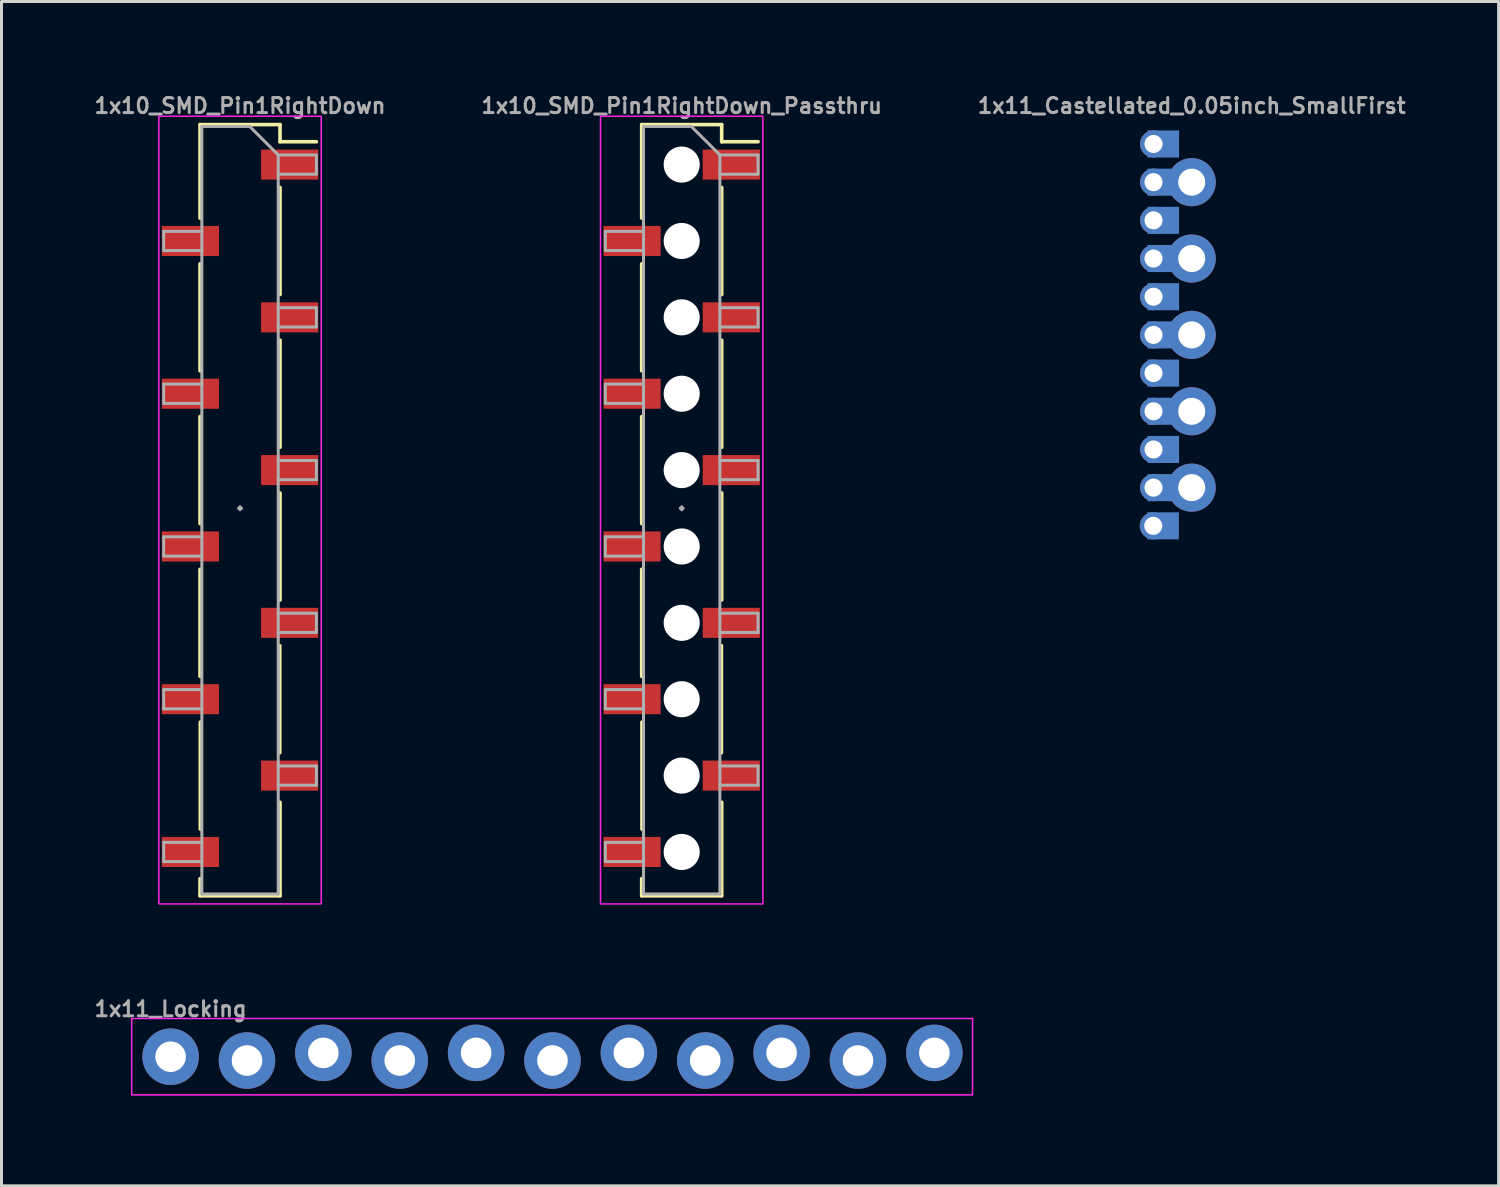
<source format=kicad_pcb>
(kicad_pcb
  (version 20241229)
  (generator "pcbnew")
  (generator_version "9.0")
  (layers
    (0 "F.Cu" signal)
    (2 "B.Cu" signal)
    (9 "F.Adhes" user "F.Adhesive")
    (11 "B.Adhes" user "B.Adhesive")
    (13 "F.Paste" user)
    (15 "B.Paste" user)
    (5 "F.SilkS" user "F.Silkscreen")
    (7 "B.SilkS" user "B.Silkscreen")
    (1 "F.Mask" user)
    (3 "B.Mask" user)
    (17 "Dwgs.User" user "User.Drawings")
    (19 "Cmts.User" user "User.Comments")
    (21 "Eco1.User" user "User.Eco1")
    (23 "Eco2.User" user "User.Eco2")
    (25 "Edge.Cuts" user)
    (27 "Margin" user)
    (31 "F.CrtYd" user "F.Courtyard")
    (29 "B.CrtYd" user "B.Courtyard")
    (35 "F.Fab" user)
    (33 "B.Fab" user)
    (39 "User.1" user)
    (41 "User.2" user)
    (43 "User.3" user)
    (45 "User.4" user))
  (footprint "1x10_SMD_Pin1RightDown_Passthru"
    (layer "F.Cu")
    (at 19.621 13.854)
    (property "Reference" "1x10_SMD_Pin1RightDown_Passthru" (at 0 -13.386 0) (layer "F.Fab") (effects (font (size 0.5 0.5) (thickness 0.1))))
    (attr smd)
    (fp_line (start -1.33 -12.76) (end -1.33 -9.65) (stroke (width 0.12) (type solid)) (layer "F.SilkS"))
    (fp_line (start -1.33 -12.76) (end 1.33 -12.76) (stroke (width 0.12) (type solid)) (layer "F.SilkS"))
    (fp_line (start -1.33 -8.13) (end -1.33 -4.57) (stroke (width 0.12) (type solid)) (layer "F.SilkS"))
    (fp_line (start -1.33 -3.05) (end -1.33 0.51) (stroke (width 0.12) (type solid)) (layer "F.SilkS"))
    (fp_line (start -1.33 2.03) (end -1.33 5.59) (stroke (width 0.12) (type solid)) (layer "F.SilkS"))
    (fp_line (start -1.33 12.317) (end -1.33 12.887) (stroke (width 0.12) (type solid)) (layer "F.SilkS"))
    (fp_line (start -1.33 12.887) (end 1.33 12.887) (stroke (width 0.12) (type solid)) (layer "F.SilkS"))
    (fp_line (start -1.321 7.11) (end -1.321 10.67) (stroke (width 0.12) (type solid)) (layer "F.SilkS"))
    (fp_line (start 1.321 4.57) (end 1.321 8.13) (stroke (width 0.12) (type solid)) (layer "F.SilkS"))
    (fp_line (start 1.33 -12.76) (end 1.33 -12.19) (stroke (width 0.12) (type solid)) (layer "F.SilkS"))
    (fp_line (start 1.33 -12.19) (end 2.54 -12.19) (stroke (width 0.12) (type solid)) (layer "F.SilkS"))
    (fp_line (start 1.33 -10.67) (end 1.33 -7.11) (stroke (width 0.12) (type solid)) (layer "F.SilkS"))
    (fp_line (start 1.33 -5.59) (end 1.33 -2.03) (stroke (width 0.12) (type solid)) (layer "F.SilkS"))
    (fp_line (start 1.33 -0.51) (end 1.33 3.05) (stroke (width 0.12) (type solid)) (layer "F.SilkS"))
    (fp_line (start 1.33 9.777) (end 1.33 12.887) (stroke (width 0.12) (type solid)) (layer "F.SilkS"))
    (fp_rect (start -2.7 -13.04) (end 2.7 13.158) (stroke (width 0.05) (type default)) (fill no) (layer "F.CrtYd"))
    (fp_line (start -2.54 -9.21) (end -2.54 -8.57) (stroke (width 0.1) (type solid)) (layer "F.Fab"))
    (fp_line (start -2.54 -8.57) (end -1.27 -8.57) (stroke (width 0.1) (type solid)) (layer "F.Fab"))
    (fp_line (start -2.54 -4.13) (end -2.54 -3.49) (stroke (width 0.1) (type solid)) (layer "F.Fab"))
    (fp_line (start -2.54 -3.49) (end -1.27 -3.49) (stroke (width 0.1) (type solid)) (layer "F.Fab"))
    (fp_line (start -2.54 0.95) (end -2.54 1.59) (stroke (width 0.1) (type solid)) (layer "F.Fab"))
    (fp_line (start -2.54 1.59) (end -1.27 1.59) (stroke (width 0.1) (type solid)) (layer "F.Fab"))
    (fp_line (start -2.54 6.03) (end -2.54 6.67) (stroke (width 0.1) (type solid)) (layer "F.Fab"))
    (fp_line (start -2.54 6.67) (end -1.27 6.67) (stroke (width 0.1) (type solid)) (layer "F.Fab"))
    (fp_line (start -2.54 11.11) (end -2.54 11.75) (stroke (width 0.1) (type solid)) (layer "F.Fab"))
    (fp_line (start -2.54 11.75) (end -1.27 11.75) (stroke (width 0.1) (type solid)) (layer "F.Fab"))
    (fp_line (start -1.27 -12.7) (end -1.27 12.827) (stroke (width 0.1) (type solid)) (layer "F.Fab"))
    (fp_line (start -1.27 -12.7) (end 0.32 -12.7) (stroke (width 0.1) (type solid)) (layer "F.Fab"))
    (fp_line (start -1.27 -9.21) (end -2.54 -9.21) (stroke (width 0.1) (type solid)) (layer "F.Fab"))
    (fp_line (start -1.27 -4.13) (end -2.54 -4.13) (stroke (width 0.1) (type solid)) (layer "F.Fab"))
    (fp_line (start -1.27 0.95) (end -2.54 0.95) (stroke (width 0.1) (type solid)) (layer "F.Fab"))
    (fp_line (start -1.27 6.03) (end -2.54 6.03) (stroke (width 0.1) (type solid)) (layer "F.Fab"))
    (fp_line (start -1.27 11.11) (end -2.54 11.11) (stroke (width 0.1) (type solid)) (layer "F.Fab"))
    (fp_line (start 0 -0.051) (end 0 0.051) (stroke (width 0.1) (type default)) (layer "F.Fab"))
    (fp_line (start 0.051 0) (end -0.051 0) (stroke (width 0.1) (type default)) (layer "F.Fab"))
    (fp_line (start 1.27 -11.75) (end 0.32 -12.7) (stroke (width 0.1) (type solid)) (layer "F.Fab"))
    (fp_line (start 1.27 -11.75) (end 2.54 -11.75) (stroke (width 0.1) (type solid)) (layer "F.Fab"))
    (fp_line (start 1.27 -6.67) (end 2.54 -6.67) (stroke (width 0.1) (type solid)) (layer "F.Fab"))
    (fp_line (start 1.27 -1.59) (end 2.54 -1.59) (stroke (width 0.1) (type solid)) (layer "F.Fab"))
    (fp_line (start 1.27 3.49) (end 2.54 3.49) (stroke (width 0.1) (type solid)) (layer "F.Fab"))
    (fp_line (start 1.27 8.57) (end 2.54 8.57) (stroke (width 0.1) (type solid)) (layer "F.Fab"))
    (fp_line (start 1.27 12.827) (end -1.27 12.827) (stroke (width 0.1) (type solid)) (layer "F.Fab"))
    (fp_line (start 1.27 12.827) (end 1.27 -11.75) (stroke (width 0.1) (type solid)) (layer "F.Fab"))
    (fp_line (start 2.54 -11.75) (end 2.54 -11.11) (stroke (width 0.1) (type solid)) (layer "F.Fab"))
    (fp_line (start 2.54 -11.11) (end 1.27 -11.11) (stroke (width 0.1) (type solid)) (layer "F.Fab"))
    (fp_line (start 2.54 -6.67) (end 2.54 -6.03) (stroke (width 0.1) (type solid)) (layer "F.Fab"))
    (fp_line (start 2.54 -6.03) (end 1.27 -6.03) (stroke (width 0.1) (type solid)) (layer "F.Fab"))
    (fp_line (start 2.54 -1.59) (end 2.54 -0.95) (stroke (width 0.1) (type solid)) (layer "F.Fab"))
    (fp_line (start 2.54 -0.95) (end 1.27 -0.95) (stroke (width 0.1) (type solid)) (layer "F.Fab"))
    (fp_line (start 2.54 3.49) (end 2.54 4.13) (stroke (width 0.1) (type solid)) (layer "F.Fab"))
    (fp_line (start 2.54 4.13) (end 1.27 4.13) (stroke (width 0.1) (type solid)) (layer "F.Fab"))
    (fp_line (start 2.54 8.57) (end 2.54 9.21) (stroke (width 0.1) (type solid)) (layer "F.Fab"))
    (fp_line (start 2.54 9.21) (end 1.27 9.21) (stroke (width 0.1) (type solid)) (layer "F.Fab"))
    (pad "" np_thru_hole circle (at 0 -11.43) (size 1.2 1.2) (drill 1.2) (layers "*.Cu" "*.Mask"))
    (pad "" np_thru_hole circle (at 0 -8.89) (size 1.2 1.2) (drill 1.2) (layers "*.Cu" "*.Mask"))
    (pad "" np_thru_hole circle (at 0 -6.35) (size 1.2 1.2) (drill 1.2) (layers "*.Cu" "*.Mask"))
    (pad "" np_thru_hole circle (at 0 -3.81) (size 1.2 1.2) (drill 1.2) (layers "*.Cu" "*.Mask"))
    (pad "" np_thru_hole circle (at 0 -1.27) (size 1.2 1.2) (drill 1.2) (layers "*.Cu" "*.Mask"))
    (pad "" np_thru_hole circle (at 0 1.27) (size 1.2 1.2) (drill 1.2) (layers "*.Cu" "*.Mask"))
    (pad "" np_thru_hole circle (at 0 3.81) (size 1.2 1.2) (drill 1.2) (layers "*.Cu" "*.Mask"))
    (pad "" np_thru_hole circle (at 0 6.35) (size 1.2 1.2) (drill 1.2) (layers "*.Cu" "*.Mask"))
    (pad "" np_thru_hole circle (at 0 8.89) (size 1.2 1.2) (drill 1.2) (layers "*.Cu" "*.Mask"))
    (pad "" np_thru_hole circle (at 0 11.43) (size 1.2 1.2) (drill 1.2) (layers "*.Cu" "*.Mask"))
    (pad "1" smd rect (at 1.65 -11.43) (size 1.9 1) (layers "F.Cu" "F.Mask" "F.Paste"))
    (pad "2" smd rect (at -1.65 -8.89) (size 1.9 1) (layers "F.Cu" "F.Mask" "F.Paste"))
    (pad "3" smd rect (at 1.65 -6.35) (size 1.9 1) (layers "F.Cu" "F.Mask" "F.Paste"))
    (pad "4" smd rect (at -1.65 -3.81) (size 1.9 1) (layers "F.Cu" "F.Mask" "F.Paste"))
    (pad "5" smd rect (at 1.65 -1.27) (size 1.9 1) (layers "F.Cu" "F.Mask" "F.Paste"))
    (pad "6" smd rect (at -1.65 1.27) (size 1.9 1) (layers "F.Cu" "F.Mask" "F.Paste"))
    (pad "7" smd rect (at 1.65 3.81) (size 1.9 1) (layers "F.Cu" "F.Mask" "F.Paste"))
    (pad "8" smd rect (at -1.65 6.35) (size 1.9 1) (layers "F.Cu" "F.Mask" "F.Paste"))
    (pad "9" smd rect (at 1.65 8.89) (size 1.9 1) (layers "F.Cu" "F.Mask" "F.Paste"))
    (pad "10" smd rect (at -1.65 11.43) (size 1.9 1) (layers "F.Cu" "F.Mask" "F.Paste")))
  (footprint "1x11_Locking"
    (layer "F.Cu")
    (at 2.624 32.093)
    (property "Reference" "1x11_Locking" (at 0 -1.587 0) (layer "F.Fab") (effects (font (size 0.5 0.5) (thickness 0.1))))
    (fp_rect (start -1.295 -1.27) (end 26.67 1.27) (stroke (width 0.05) (type default)) (fill no) (layer "F.CrtYd"))
    (fp_poly (pts (xy -0.254 0.254) (xy 0.254 0.254) (xy 0.254 -0.254) (xy -0.254 -0.254)) (stroke (width 0.1) (type default)) (fill no) (layer "F.Fab"))
    (fp_poly (pts (xy 2.286 0.254) (xy 2.794 0.254) (xy 2.794 -0.254) (xy 2.286 -0.254)) (stroke (width 0.1) (type default)) (fill no) (layer "F.Fab"))
    (fp_poly (pts (xy 4.826 0.254) (xy 5.334 0.254) (xy 5.334 -0.254) (xy 4.826 -0.254)) (stroke (width 0.1) (type default)) (fill no) (layer "F.Fab"))
    (fp_poly (pts (xy 7.366 0.254) (xy 7.874 0.254) (xy 7.874 -0.254) (xy 7.366 -0.254)) (stroke (width 0.1) (type default)) (fill no) (layer "F.Fab"))
    (fp_poly (pts (xy 9.906 0.254) (xy 10.414 0.254) (xy 10.414 -0.254) (xy 9.906 -0.254)) (stroke (width 0.1) (type default)) (fill no) (layer "F.Fab"))
    (fp_poly (pts (xy 12.446 0.254) (xy 12.954 0.254) (xy 12.954 -0.254) (xy 12.446 -0.254)) (stroke (width 0.1) (type default)) (fill no) (layer "F.Fab"))
    (fp_poly (pts (xy 14.986 0.254) (xy 15.494 0.254) (xy 15.494 -0.254) (xy 14.986 -0.254)) (stroke (width 0.1) (type default)) (fill no) (layer "F.Fab"))
    (fp_poly (pts (xy 17.526 0.254) (xy 18.034 0.254) (xy 18.034 -0.254) (xy 17.526 -0.254)) (stroke (width 0.1) (type default)) (fill no) (layer "F.Fab"))
    (fp_poly (pts (xy 20.066 0.254) (xy 20.574 0.254) (xy 20.574 -0.254) (xy 20.066 -0.254)) (stroke (width 0.1) (type default)) (fill no) (layer "F.Fab"))
    (fp_poly (pts (xy 22.606 0.254) (xy 23.114 0.254) (xy 23.114 -0.254) (xy 22.606 -0.254)) (stroke (width 0.1) (type default)) (fill no) (layer "F.Fab"))
    (fp_poly (pts (xy 25.146 0.254) (xy 25.654 0.254) (xy 25.654 -0.254) (xy 25.146 -0.254)) (stroke (width 0.1) (type default)) (fill no) (layer "F.Fab"))
    (pad "1" thru_hole circle (at 0 0 90) (size 1.88 1.88) (drill 1.016) (layers "*.Cu" "*.Mask"))
    (pad "2" thru_hole circle (at 2.54 0.127 90) (size 1.88 1.88) (drill 1.016) (layers "*.Cu" "*.Mask"))
    (pad "3" thru_hole circle (at 5.08 -0.127 90) (size 1.88 1.88) (drill 1.016) (layers "*.Cu" "*.Mask"))
    (pad "4" thru_hole circle (at 7.62 0.127 90) (size 1.88 1.88) (drill 1.016) (layers "*.Cu" "*.Mask"))
    (pad "5" thru_hole circle (at 10.16 -0.127 90) (size 1.88 1.88) (drill 1.016) (layers "*.Cu" "*.Mask"))
    (pad "6" thru_hole circle (at 12.7 0.127 90) (size 1.88 1.88) (drill 1.016) (layers "*.Cu" "*.Mask"))
    (pad "7" thru_hole circle (at 15.24 -0.127 90) (size 1.88 1.88) (drill 1.016) (layers "*.Cu" "*.Mask"))
    (pad "8" thru_hole circle (at 17.78 0.127 90) (size 1.88 1.88) (drill 1.016) (layers "*.Cu" "*.Mask"))
    (pad "9" thru_hole circle (at 20.32 -0.127 90) (size 1.88 1.88) (drill 1.016) (layers "*.Cu" "*.Mask"))
    (pad "10" thru_hole circle (at 22.86 0.127 90) (size 1.88 1.88) (drill 1.016) (layers "*.Cu" "*.Mask"))
    (pad "11" thru_hole circle (at 25.4 -0.127 90) (size 1.88 1.88) (drill 1.016) (layers "*.Cu" "*.Mask")))
  (footprint "1x11_Castellated_0.05inch_SmallFirst"
    (layer "F.Cu")
    (at 36.583 14.438)
    (property "Reference" "1x11_Castellated_0.05inch_SmallFirst" (at 0 -13.97 0) (layer "F.Fab") (effects (font (size 0.5 0.5) (thickness 0.1))))
    (pad "1" thru_hole circle (at -1.278 0) (size 0.9 0.9) (drill 0.6) (property pad_prop_castellated) (layers "*.Cu" "*.Mask"))
    (pad "1" smd rect (at -0.953 0) (size 1.05 0.9) (property pad_prop_castellated) (layers "B.Cu" "B.Mask"))
    (pad "2" thru_hole circle (at -1.27 -1.27) (size 0.9 0.9) (drill 0.6) (property pad_prop_castellated) (layers "*.Cu" "*.Mask"))
    (pad "2" smd rect (at -0.945 -1.27) (size 1.05 0.9) (property pad_prop_castellated) (layers "B.Cu" "B.Mask"))
    (pad "2" thru_hole circle (at 0 -1.27 90) (size 1.6 1.6) (drill 0.9) (layers "*.Cu" "F.Mask"))
    (pad "3" thru_hole circle (at -1.27 -2.54) (size 0.9 0.9) (drill 0.6) (property pad_prop_castellated) (layers "*.Cu" "*.Mask"))
    (pad "3" smd rect (at -0.945 -2.54) (size 1.05 0.9) (property pad_prop_castellated) (layers "B.Cu" "B.Mask"))
    (pad "4" thru_hole circle (at -1.27 -3.81) (size 0.9 0.9) (drill 0.6) (property pad_prop_castellated) (layers "*.Cu" "*.Mask"))
    (pad "4" smd rect (at -0.945 -3.81) (size 1.05 0.9) (property pad_prop_castellated) (layers "B.Cu" "B.Mask"))
    (pad "4" thru_hole circle (at 0 -3.81 90) (size 1.6 1.6) (drill 0.9) (layers "*.Cu" "F.Mask"))
    (pad "5" thru_hole circle (at -1.27 -5.08) (size 0.9 0.9) (drill 0.6) (property pad_prop_castellated) (layers "*.Cu" "*.Mask"))
    (pad "5" smd rect (at -0.945 -5.08) (size 1.05 0.9) (property pad_prop_castellated) (layers "B.Cu" "B.Mask"))
    (pad "6" thru_hole circle (at -1.27 -6.35) (size 0.9 0.9) (drill 0.6) (property pad_prop_castellated) (layers "*.Cu" "*.Mask"))
    (pad "6" smd rect (at -0.945 -6.35) (size 1.05 0.9) (property pad_prop_castellated) (layers "B.Cu" "B.Mask"))
    (pad "6" thru_hole circle (at 0 -6.35 90) (size 1.6 1.6) (drill 0.9) (layers "*.Cu" "F.Mask"))
    (pad "7" thru_hole circle (at -1.27 -7.62) (size 0.9 0.9) (drill 0.6) (property pad_prop_castellated) (layers "*.Cu" "*.Mask"))
    (pad "7" smd rect (at -0.945 -7.62) (size 1.05 0.9) (property pad_prop_castellated) (layers "B.Cu" "B.Mask"))
    (pad "8" thru_hole circle (at -1.27 -8.89) (size 0.9 0.9) (drill 0.6) (property pad_prop_castellated) (layers "*.Cu" "*.Mask"))
    (pad "8" smd rect (at -0.945 -8.89) (size 1.05 0.9) (property pad_prop_castellated) (layers "B.Cu" "B.Mask"))
    (pad "8" thru_hole circle (at 0 -8.89 90) (size 1.6 1.6) (drill 0.9) (layers "*.Cu" "F.Mask"))
    (pad "9" thru_hole circle (at -1.27 -10.16) (size 0.9 0.9) (drill 0.6) (property pad_prop_castellated) (layers "*.Cu" "*.Mask"))
    (pad "9" smd rect (at -0.945 -10.16) (size 1.05 0.9) (property pad_prop_castellated) (layers "B.Cu" "B.Mask"))
    (pad "10" thru_hole circle (at -1.27 -11.43) (size 0.9 0.9) (drill 0.6) (property pad_prop_castellated) (layers "*.Cu" "*.Mask"))
    (pad "10" smd rect (at -0.945 -11.43) (size 1.05 0.9) (property pad_prop_castellated) (layers "B.Cu" "B.Mask"))
    (pad "10" thru_hole circle (at 0 -11.43 90) (size 1.6 1.6) (drill 0.9) (layers "*.Cu" "F.Mask"))
    (pad "11" thru_hole circle (at -1.27 -12.7) (size 0.9 0.9) (drill 0.6) (property pad_prop_castellated) (layers "*.Cu" "*.Mask"))
    (pad "11" smd rect (at -0.945 -12.7) (size 1.05 0.9) (property pad_prop_castellated) (layers "B.Cu" "B.Mask")))
  (footprint "1x10_SMD_Pin1RightDown"
    (layer "F.Cu")
    (at 4.933 13.854)
    (property "Reference" "1x10_SMD_Pin1RightDown" (at 0 -13.386 0) (layer "F.Fab") (effects (font (size 0.5 0.5) (thickness 0.1))))
    (attr smd)
    (fp_line (start -1.33 -12.76) (end -1.33 -9.65) (stroke (width 0.12) (type solid)) (layer "F.SilkS"))
    (fp_line (start -1.33 -12.76) (end 1.33 -12.76) (stroke (width 0.12) (type solid)) (layer "F.SilkS"))
    (fp_line (start -1.33 -8.13) (end -1.33 -4.57) (stroke (width 0.12) (type solid)) (layer "F.SilkS"))
    (fp_line (start -1.33 -3.05) (end -1.33 0.51) (stroke (width 0.12) (type solid)) (layer "F.SilkS"))
    (fp_line (start -1.33 2.03) (end -1.33 5.59) (stroke (width 0.12) (type solid)) (layer "F.SilkS"))
    (fp_line (start -1.33 12.317) (end -1.33 12.887) (stroke (width 0.12) (type solid)) (layer "F.SilkS"))
    (fp_line (start -1.33 12.887) (end 1.33 12.887) (stroke (width 0.12) (type solid)) (layer "F.SilkS"))
    (fp_line (start -1.321 7.11) (end -1.321 10.67) (stroke (width 0.12) (type solid)) (layer "F.SilkS"))
    (fp_line (start 1.321 4.57) (end 1.321 8.13) (stroke (width 0.12) (type solid)) (layer "F.SilkS"))
    (fp_line (start 1.33 -12.76) (end 1.33 -12.19) (stroke (width 0.12) (type solid)) (layer "F.SilkS"))
    (fp_line (start 1.33 -12.19) (end 2.54 -12.19) (stroke (width 0.12) (type solid)) (layer "F.SilkS"))
    (fp_line (start 1.33 -10.67) (end 1.33 -7.11) (stroke (width 0.12) (type solid)) (layer "F.SilkS"))
    (fp_line (start 1.33 -5.59) (end 1.33 -2.03) (stroke (width 0.12) (type solid)) (layer "F.SilkS"))
    (fp_line (start 1.33 -0.51) (end 1.33 3.05) (stroke (width 0.12) (type solid)) (layer "F.SilkS"))
    (fp_line (start 1.33 9.777) (end 1.33 12.887) (stroke (width 0.12) (type solid)) (layer "F.SilkS"))
    (fp_rect (start -2.7 -13.04) (end 2.7 13.158) (stroke (width 0.05) (type default)) (fill no) (layer "F.CrtYd"))
    (fp_line (start -2.54 -9.21) (end -2.54 -8.57) (stroke (width 0.1) (type solid)) (layer "F.Fab"))
    (fp_line (start -2.54 -8.57) (end -1.27 -8.57) (stroke (width 0.1) (type solid)) (layer "F.Fab"))
    (fp_line (start -2.54 -4.13) (end -2.54 -3.49) (stroke (width 0.1) (type solid)) (layer "F.Fab"))
    (fp_line (start -2.54 -3.49) (end -1.27 -3.49) (stroke (width 0.1) (type solid)) (layer "F.Fab"))
    (fp_line (start -2.54 0.95) (end -2.54 1.59) (stroke (width 0.1) (type solid)) (layer "F.Fab"))
    (fp_line (start -2.54 1.59) (end -1.27 1.59) (stroke (width 0.1) (type solid)) (layer "F.Fab"))
    (fp_line (start -2.54 6.03) (end -2.54 6.67) (stroke (width 0.1) (type solid)) (layer "F.Fab"))
    (fp_line (start -2.54 6.67) (end -1.27 6.67) (stroke (width 0.1) (type solid)) (layer "F.Fab"))
    (fp_line (start -2.54 11.11) (end -2.54 11.75) (stroke (width 0.1) (type solid)) (layer "F.Fab"))
    (fp_line (start -2.54 11.75) (end -1.27 11.75) (stroke (width 0.1) (type solid)) (layer "F.Fab"))
    (fp_line (start -1.27 -12.7) (end -1.27 12.827) (stroke (width 0.1) (type solid)) (layer "F.Fab"))
    (fp_line (start -1.27 -12.7) (end 0.32 -12.7) (stroke (width 0.1) (type solid)) (layer "F.Fab"))
    (fp_line (start -1.27 -9.21) (end -2.54 -9.21) (stroke (width 0.1) (type solid)) (layer "F.Fab"))
    (fp_line (start -1.27 -4.13) (end -2.54 -4.13) (stroke (width 0.1) (type solid)) (layer "F.Fab"))
    (fp_line (start -1.27 0.95) (end -2.54 0.95) (stroke (width 0.1) (type solid)) (layer "F.Fab"))
    (fp_line (start -1.27 6.03) (end -2.54 6.03) (stroke (width 0.1) (type solid)) (layer "F.Fab"))
    (fp_line (start -1.27 11.11) (end -2.54 11.11) (stroke (width 0.1) (type solid)) (layer "F.Fab"))
    (fp_line (start 0 -0.051) (end 0 0.051) (stroke (width 0.1) (type default)) (layer "F.Fab"))
    (fp_line (start 0.051 0) (end -0.051 0) (stroke (width 0.1) (type default)) (layer "F.Fab"))
    (fp_line (start 1.27 -11.75) (end 0.32 -12.7) (stroke (width 0.1) (type solid)) (layer "F.Fab"))
    (fp_line (start 1.27 -11.75) (end 2.54 -11.75) (stroke (width 0.1) (type solid)) (layer "F.Fab"))
    (fp_line (start 1.27 -6.67) (end 2.54 -6.67) (stroke (width 0.1) (type solid)) (layer "F.Fab"))
    (fp_line (start 1.27 -1.59) (end 2.54 -1.59) (stroke (width 0.1) (type solid)) (layer "F.Fab"))
    (fp_line (start 1.27 3.49) (end 2.54 3.49) (stroke (width 0.1) (type solid)) (layer "F.Fab"))
    (fp_line (start 1.27 8.57) (end 2.54 8.57) (stroke (width 0.1) (type solid)) (layer "F.Fab"))
    (fp_line (start 1.27 12.827) (end -1.27 12.827) (stroke (width 0.1) (type solid)) (layer "F.Fab"))
    (fp_line (start 1.27 12.827) (end 1.27 -11.75) (stroke (width 0.1) (type solid)) (layer "F.Fab"))
    (fp_line (start 2.54 -11.75) (end 2.54 -11.11) (stroke (width 0.1) (type solid)) (layer "F.Fab"))
    (fp_line (start 2.54 -11.11) (end 1.27 -11.11) (stroke (width 0.1) (type solid)) (layer "F.Fab"))
    (fp_line (start 2.54 -6.67) (end 2.54 -6.03) (stroke (width 0.1) (type solid)) (layer "F.Fab"))
    (fp_line (start 2.54 -6.03) (end 1.27 -6.03) (stroke (width 0.1) (type solid)) (layer "F.Fab"))
    (fp_line (start 2.54 -1.59) (end 2.54 -0.95) (stroke (width 0.1) (type solid)) (layer "F.Fab"))
    (fp_line (start 2.54 -0.95) (end 1.27 -0.95) (stroke (width 0.1) (type solid)) (layer "F.Fab"))
    (fp_line (start 2.54 3.49) (end 2.54 4.13) (stroke (width 0.1) (type solid)) (layer "F.Fab"))
    (fp_line (start 2.54 4.13) (end 1.27 4.13) (stroke (width 0.1) (type solid)) (layer "F.Fab"))
    (fp_line (start 2.54 8.57) (end 2.54 9.21) (stroke (width 0.1) (type solid)) (layer "F.Fab"))
    (fp_line (start 2.54 9.21) (end 1.27 9.21) (stroke (width 0.1) (type solid)) (layer "F.Fab"))
    (pad "1" smd rect (at 1.65 -11.43) (size 1.9 1) (layers "F.Cu" "F.Mask" "F.Paste"))
    (pad "2" smd rect (at -1.65 -8.89) (size 1.9 1) (layers "F.Cu" "F.Mask" "F.Paste"))
    (pad "3" smd rect (at 1.65 -6.35) (size 1.9 1) (layers "F.Cu" "F.Mask" "F.Paste"))
    (pad "4" smd rect (at -1.65 -3.81) (size 1.9 1) (layers "F.Cu" "F.Mask" "F.Paste"))
    (pad "5" smd rect (at 1.65 -1.27) (size 1.9 1) (layers "F.Cu" "F.Mask" "F.Paste"))
    (pad "6" smd rect (at -1.65 1.27) (size 1.9 1) (layers "F.Cu" "F.Mask" "F.Paste"))
    (pad "7" smd rect (at 1.65 3.81) (size 1.9 1) (layers "F.Cu" "F.Mask" "F.Paste"))
    (pad "8" smd rect (at -1.65 6.35) (size 1.9 1) (layers "F.Cu" "F.Mask" "F.Paste"))
    (pad "9" smd rect (at 1.65 8.89) (size 1.9 1) (layers "F.Cu" "F.Mask" "F.Paste"))
    (pad "10" smd rect (at -1.65 11.43) (size 1.9 1) (layers "F.Cu" "F.Mask" "F.Paste")))
  (gr_rect
    (start -3 -3)
    (end 46.79 36.388)
    (stroke (width 0.1) (type default))
    (fill no)
    (layer "Edge.Cuts")))
</source>
